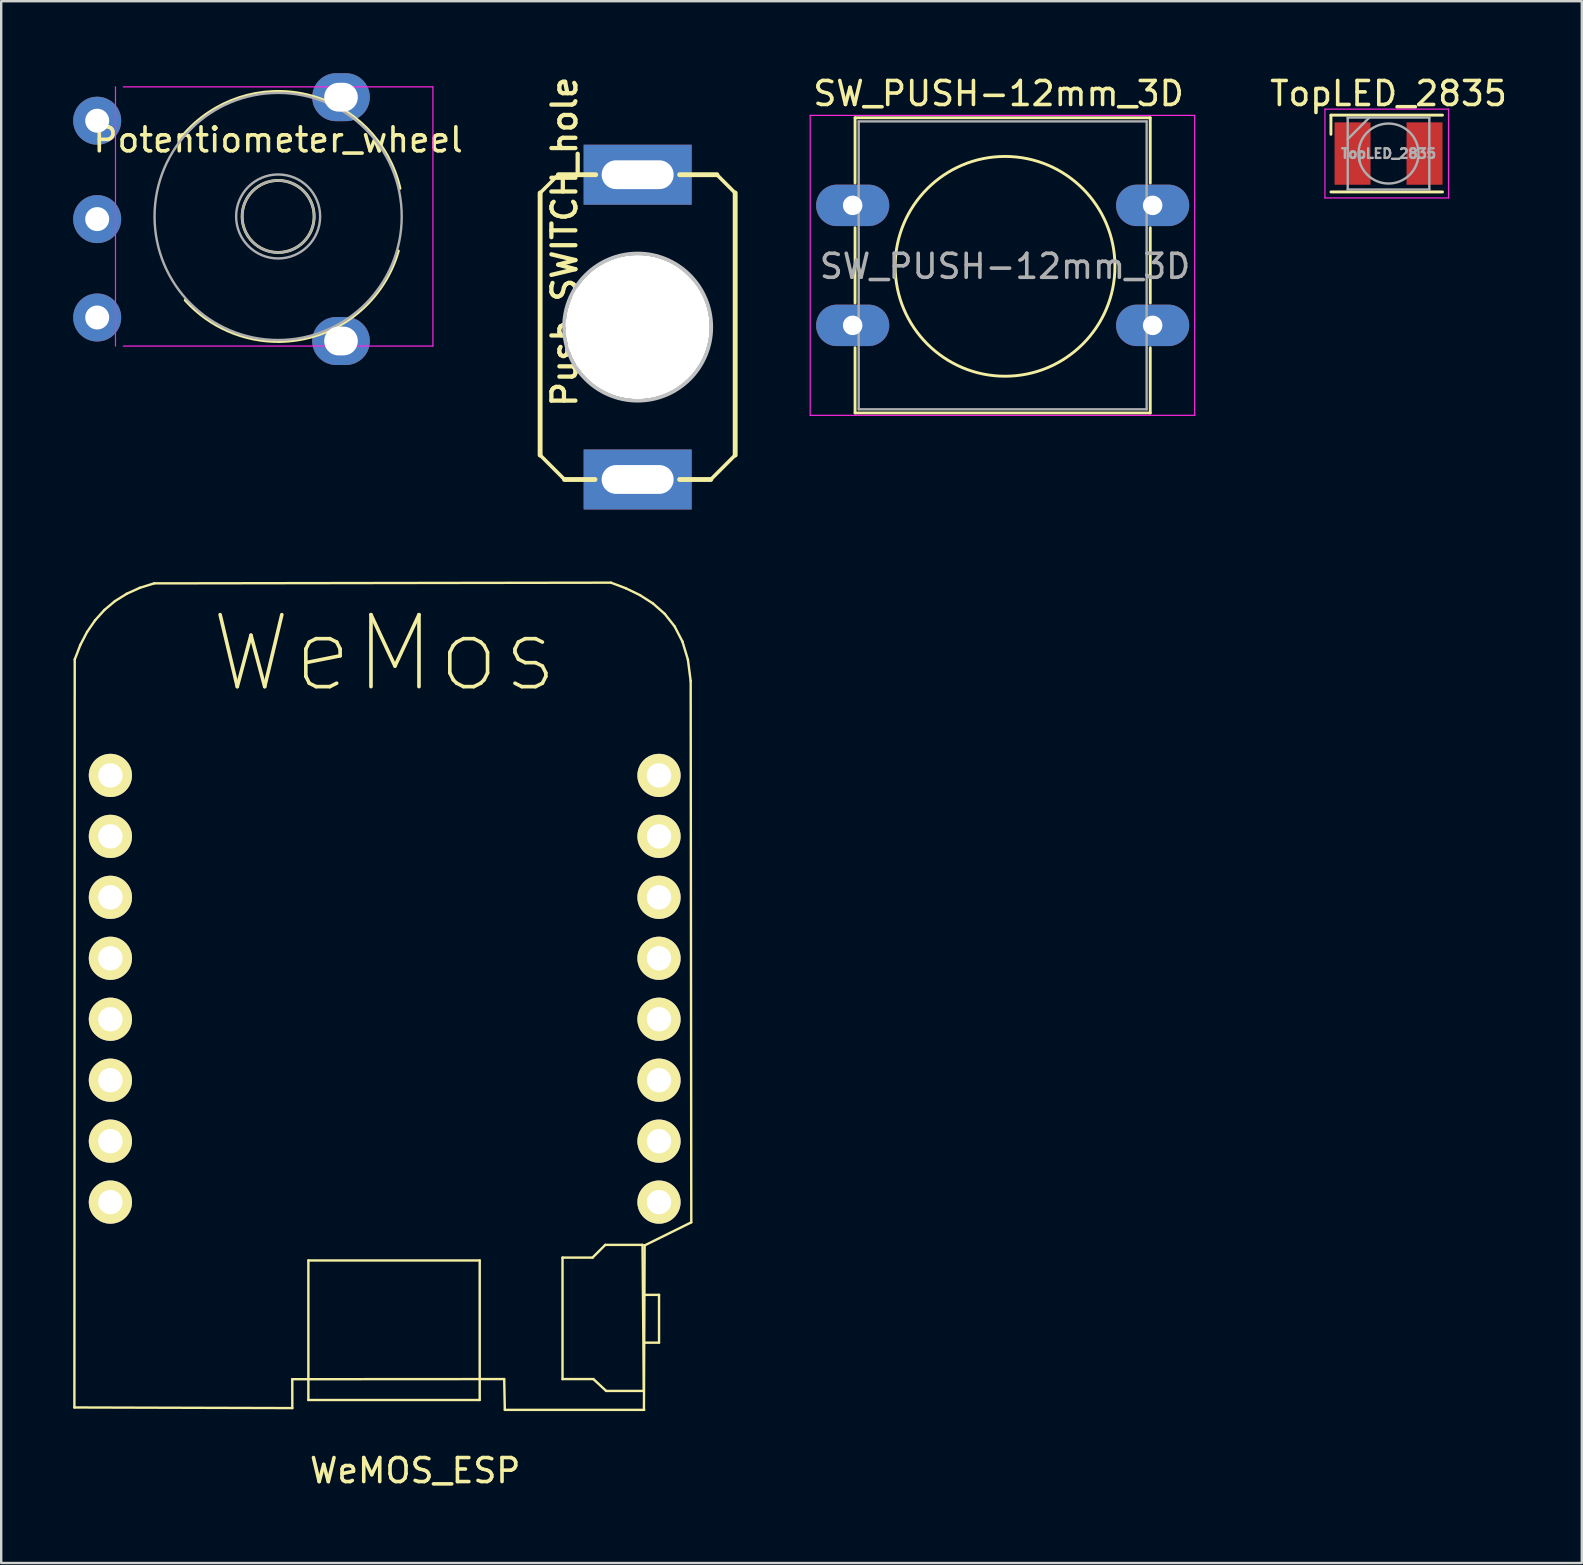
<source format=kicad_pcb>
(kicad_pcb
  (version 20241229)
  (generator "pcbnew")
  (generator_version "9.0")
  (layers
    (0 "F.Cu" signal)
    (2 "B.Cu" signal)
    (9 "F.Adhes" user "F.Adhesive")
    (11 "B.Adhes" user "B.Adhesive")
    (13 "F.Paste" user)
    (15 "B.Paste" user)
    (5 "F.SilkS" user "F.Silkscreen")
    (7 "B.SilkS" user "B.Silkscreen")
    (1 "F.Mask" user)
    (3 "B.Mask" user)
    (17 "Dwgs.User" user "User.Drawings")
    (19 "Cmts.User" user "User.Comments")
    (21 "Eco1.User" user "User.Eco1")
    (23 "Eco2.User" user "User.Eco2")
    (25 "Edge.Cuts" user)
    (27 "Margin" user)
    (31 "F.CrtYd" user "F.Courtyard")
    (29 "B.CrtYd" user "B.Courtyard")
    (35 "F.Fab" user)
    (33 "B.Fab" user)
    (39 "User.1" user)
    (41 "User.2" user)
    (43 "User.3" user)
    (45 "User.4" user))
  (footprint "Potentiometer_wheel"
    (layer "F.Cu")
    (at 8.62 6.08)
    (property "Reference" "Potentiometer_wheel" (at -0.08 -3.302 0) (layer "F.SilkS") (effects (font (size 1 1) (thickness 0.15))))
    (attr through_hole)
    (fp_arc (start -4.070617 -3.459947) (mid 1.137378 -5.176079) (end 4.997 -1.281) (stroke (width 0.12) (type solid)) (layer "F.SilkS"))
    (fp_arc (start 0.010657 5.099257) (mid -2.157749 4.667817) (end -3.952 3.376) (stroke (width 0.12) (type solid)) (layer "F.SilkS"))
    (fp_arc (start 4.928173 1.326071) (mid 3.055456 4.050891) (end -0.08 5.1) (stroke (width 0.12) (type solid)) (layer "F.SilkS"))
    (fp_circle (center -0.08 -0.11) (end 1.42 -0.11) (stroke (width 0.12) (type solid)) (fill no) (layer "F.SilkS"))
    (fp_line (start -6.858 -5.51) (end -6.858 5.29) (stroke (width 0.05) (type solid)) (layer "F.CrtYd"))
    (fp_line (start -6.53 5.29) (end 6.37 5.29) (stroke (width 0.05) (type solid)) (layer "F.CrtYd"))
    (fp_line (start 6.37 -5.51) (end -6.53 -5.51) (stroke (width 0.05) (type solid)) (layer "F.CrtYd"))
    (fp_line (start 6.37 5.29) (end 6.37 -5.51) (stroke (width 0.05) (type solid)) (layer "F.CrtYd"))
    (fp_circle (center -0.08 -0.11) (end 1.42 -0.11) (stroke (width 0.1) (type solid)) (fill no) (layer "F.Fab"))
    (fp_circle (center -0.08 -0.11) (end 1.67 -0.11) (stroke (width 0.1) (type solid)) (fill no) (layer "F.Fab"))
    (fp_circle (center -0.08 -0.11) (end 5.07 -0.11) (stroke (width 0.1) (type solid)) (fill no) (layer "F.Fab"))
    (pad "" thru_hole oval (at 2.54 -5.08) (size 2.4 2) (drill oval 1.4 1.2) (layers "*.Cu" "*.Mask"))
    (pad "" thru_hole oval (at 2.54 5.08) (size 2.4 2) (drill oval 1.4 1.2) (layers "*.Cu" "*.Mask"))
    (pad "1" thru_hole circle (at -7.62 -4.1) (size 2 2) (drill 1) (layers "*.Cu" "*.Mask"))
    (pad "2" thru_hole circle (at -7.62 0) (size 2 2) (drill 1) (layers "*.Cu" "*.Mask"))
    (pad "3" thru_hole circle (at -7.62 4.1) (size 2 2) (drill 1) (layers "*.Cu" "*.Mask")))
  (footprint "TopLED_2835"
    (layer "F.Cu")
    (at 54.81 3.348)
    (property "Reference" "TopLED_2835" (at 0 -2.5 0) (layer "F.SilkS") (effects (font (size 1 1) (thickness 0.15))))
    (attr smd)
    (fp_line (start -2.4 -1.6) (end -2.4 -0.8) (stroke (width 0.12) (type solid)) (layer "F.SilkS"))
    (fp_line (start 2.25 -1.6) (end -2.4 -1.6) (stroke (width 0.12) (type solid)) (layer "F.SilkS"))
    (fp_line (start 2.25 1.6) (end -2.4 1.6) (stroke (width 0.12) (type solid)) (layer "F.SilkS"))
    (fp_line (start -2.65 -1.85) (end 2.5 -1.85) (stroke (width 0.05) (type solid)) (layer "F.CrtYd"))
    (fp_line (start -2.65 1.85) (end -2.65 -1.85) (stroke (width 0.05) (type solid)) (layer "F.CrtYd"))
    (fp_line (start 2.5 -1.85) (end 2.5 1.85) (stroke (width 0.05) (type solid)) (layer "F.CrtYd"))
    (fp_line (start 2.5 1.85) (end -2.65 1.85) (stroke (width 0.05) (type solid)) (layer "F.CrtYd"))
    (fp_line (start -1.7 -1.5) (end -1.7 1.5) (stroke (width 0.1) (type solid)) (layer "F.Fab"))
    (fp_line (start -1.7 -0.6) (end -0.8 -1.5) (stroke (width 0.1) (type solid)) (layer "F.Fab"))
    (fp_line (start -1.7 1.5) (end 1.7 1.5) (stroke (width 0.1) (type solid)) (layer "F.Fab"))
    (fp_line (start 1.7 -1.5) (end -1.7 -1.5) (stroke (width 0.1) (type solid)) (layer "F.Fab"))
    (fp_line (start 1.7 1.5) (end 1.7 -1.5) (stroke (width 0.1) (type solid)) (layer "F.Fab"))
    (fp_circle (center 0 0) (end 0 -1.25) (stroke (width 0.1) (type solid)) (fill no) (layer "F.Fab"))
    (fp_text user "${REFERENCE}" (at 0 0 0) (layer "F.Fab") (effects (font (size 0.4 0.4) (thickness 0.1))))
    (pad "1" smd rect (at -1.5 0) (size 1.5 2.6) (layers "F.Cu" "F.Mask" "F.Paste"))
    (pad "2" smd rect (at 1.5 0) (size 1.5 2.6) (layers "F.Cu" "F.Mask" "F.Paste")))
  (footprint "WeMOS_ESP"
    (layer "F.Cu")
    (at 12.98 39.422)
    (property "Reference" "WeMOS_ESP" (at 1.27 18.81 0) (layer "F.SilkS") (effects (font (size 1 1) (thickness 0.15))))
    (attr through_hole)
    (fp_line (start -12.93 16.177) (end -12.916 -14.993) (stroke (width 0.1) (type solid)) (layer "F.SilkS"))
    (fp_line (start -12.916 -14.993) (end -12.683 -15.596) (stroke (width 0.1) (type solid)) (layer "F.SilkS"))
    (fp_line (start -12.683 -15.596) (end -12.4 -16.141) (stroke (width 0.1) (type solid)) (layer "F.SilkS"))
    (fp_line (start -12.4 -16.141) (end -12.065 -16.628) (stroke (width 0.1) (type solid)) (layer "F.SilkS"))
    (fp_line (start -12.065 -16.628) (end -11.679 -17.055) (stroke (width 0.1) (type solid)) (layer "F.SilkS"))
    (fp_line (start -11.679 -17.055) (end -11.241 -17.423) (stroke (width 0.1) (type solid)) (layer "F.SilkS"))
    (fp_line (start -11.241 -17.423) (end -10.749 -17.73) (stroke (width 0.1) (type solid)) (layer "F.SilkS"))
    (fp_line (start -10.749 -17.73) (end -10.205 -17.977) (stroke (width 0.1) (type solid)) (layer "F.SilkS"))
    (fp_line (start -10.205 -17.977) (end -9.607 -18.163) (stroke (width 0.1) (type solid)) (layer "F.SilkS"))
    (fp_line (start -9.607 -18.163) (end 9.43 -18.192) (stroke (width 0.1) (type solid)) (layer "F.SilkS"))
    (fp_line (start -3.851 15) (end -3.849 16.203) (stroke (width 0.1) (type solid)) (layer "F.SilkS"))
    (fp_line (start -3.849 16.203) (end -12.93 16.177) (stroke (width 0.1) (type solid)) (layer "F.SilkS"))
    (fp_line (start -3.18 10.051) (end 3.96 10.051) (stroke (width 0.1) (type solid)) (layer "F.SilkS"))
    (fp_line (start -3.18 15.865) (end -3.18 10.051) (stroke (width 0.1) (type solid)) (layer "F.SilkS"))
    (fp_line (start 3.96 10.051) (end 3.96 15.865) (stroke (width 0.1) (type solid)) (layer "F.SilkS"))
    (fp_line (start 3.96 15.865) (end -3.18 15.865) (stroke (width 0.1) (type solid)) (layer "F.SilkS"))
    (fp_line (start 4.98 14.994) (end -3.851 15) (stroke (width 0.1) (type solid)) (layer "F.SilkS"))
    (fp_line (start 5.006 16.277) (end 4.98 14.994) (stroke (width 0.1) (type solid)) (layer "F.SilkS"))
    (fp_line (start 7.41 9.932) (end 7.41 14.994) (stroke (width 0.1) (type solid)) (layer "F.SilkS"))
    (fp_line (start 7.41 14.994) (end 8.697 14.994) (stroke (width 0.1) (type solid)) (layer "F.SilkS"))
    (fp_line (start 8.662 9.932) (end 7.41 9.932) (stroke (width 0.1) (type solid)) (layer "F.SilkS"))
    (fp_line (start 8.697 14.994) (end 9.227 15.488) (stroke (width 0.1) (type solid)) (layer "F.SilkS"))
    (fp_line (start 9.191 9.402) (end 8.662 9.932) (stroke (width 0.1) (type solid)) (layer "F.SilkS"))
    (fp_line (start 9.227 15.488) (end 10.797 15.488) (stroke (width 0.1) (type solid)) (layer "F.SilkS"))
    (fp_line (start 9.43 -18.192) (end 10.05 -17.958) (stroke (width 0.1) (type solid)) (layer "F.SilkS"))
    (fp_line (start 10.05 -17.958) (end 10.638 -17.673) (stroke (width 0.1) (type solid)) (layer "F.SilkS"))
    (fp_line (start 10.638 -17.673) (end 11.181 -17.324) (stroke (width 0.1) (type solid)) (layer "F.SilkS"))
    (fp_line (start 10.744 9.402) (end 9.191 9.402) (stroke (width 0.1) (type solid)) (layer "F.SilkS"))
    (fp_line (start 10.779 11.484) (end 11.432 11.484) (stroke (width 0.1) (type solid)) (layer "F.SilkS"))
    (fp_line (start 10.797 15.488) (end 10.744 9.402) (stroke (width 0.1) (type solid)) (layer "F.SilkS"))
    (fp_line (start 10.817 16.277) (end 5.006 16.277) (stroke (width 0.1) (type solid)) (layer "F.SilkS"))
    (fp_line (start 10.832 9.424) (end 10.803 16.233) (stroke (width 0.1) (type solid)) (layer "F.SilkS"))
    (fp_line (start 11.181 -17.324) (end 11.667 -16.895) (stroke (width 0.1) (type solid)) (layer "F.SilkS"))
    (fp_line (start 11.432 11.484) (end 11.432 13.477) (stroke (width 0.1) (type solid)) (layer "F.SilkS"))
    (fp_line (start 11.432 13.477) (end 10.814 13.477) (stroke (width 0.1) (type solid)) (layer "F.SilkS"))
    (fp_line (start 11.667 -16.895) (end 12.08 -16.371) (stroke (width 0.1) (type solid)) (layer "F.SilkS"))
    (fp_line (start 12.08 -16.371) (end 12.407 -15.74) (stroke (width 0.1) (type solid)) (layer "F.SilkS"))
    (fp_line (start 12.407 -15.74) (end 12.635 -14.985) (stroke (width 0.1) (type solid)) (layer "F.SilkS"))
    (fp_line (start 12.635 -14.985) (end 12.751 -14.092) (stroke (width 0.1) (type solid)) (layer "F.SilkS"))
    (fp_line (start 12.751 -14.092) (end 12.776 8.463) (stroke (width 0.1) (type solid)) (layer "F.SilkS"))
    (fp_line (start 12.776 8.463) (end 10.832 9.424) (stroke (width 0.1) (type solid)) (layer "F.SilkS"))
    (fp_text user "WeMos" (at 0 -15.24 0) (layer "F.SilkS") (effects (font (size 3 3) (thickness 0.15))))
    (pad "1" thru_hole circle (at -11.43 7.62) (size 1.8 1.8) (drill 1.016) (layers "*.Cu" "*.Mask" "F.SilkS"))
    (pad "2" thru_hole circle (at -11.43 5.08) (size 1.8 1.8) (drill 1.016) (layers "*.Cu" "*.Mask" "F.SilkS"))
    (pad "3" thru_hole circle (at -11.43 2.54) (size 1.8 1.8) (drill 1.016) (layers "*.Cu" "*.Mask" "F.SilkS"))
    (pad "4" thru_hole circle (at -11.43 0) (size 1.8 1.8) (drill 1.016) (layers "*.Cu" "*.Mask" "F.SilkS"))
    (pad "5" thru_hole circle (at -11.43 -2.54) (size 1.8 1.8) (drill 1.016) (layers "*.Cu" "*.Mask" "F.SilkS"))
    (pad "6" thru_hole circle (at -11.43 -5.08) (size 1.8 1.8) (drill 1.016) (layers "*.Cu" "*.Mask" "F.SilkS"))
    (pad "7" thru_hole circle (at -11.43 -7.62) (size 1.8 1.8) (drill 1.016) (layers "*.Cu" "*.Mask" "F.SilkS"))
    (pad "8" thru_hole circle (at -11.43 -10.16) (size 1.8 1.8) (drill 1.016) (layers "*.Cu" "*.Mask" "F.SilkS"))
    (pad "9" thru_hole circle (at 11.43 -10.16) (size 1.8 1.8) (drill 1.016) (layers "*.Cu" "*.Mask" "F.SilkS"))
    (pad "10" thru_hole circle (at 11.43 -7.62) (size 1.8 1.8) (drill 1.016) (layers "*.Cu" "*.Mask" "F.SilkS"))
    (pad "11" thru_hole circle (at 11.43 -5.08) (size 1.8 1.8) (drill 1.016) (layers "*.Cu" "*.Mask" "F.SilkS"))
    (pad "12" thru_hole circle (at 11.43 -2.54) (size 1.8 1.8) (drill 1.016) (layers "*.Cu" "*.Mask" "F.SilkS"))
    (pad "13" thru_hole circle (at 11.43 0) (size 1.8 1.8) (drill 1.016) (layers "*.Cu" "*.Mask" "F.SilkS"))
    (pad "14" thru_hole circle (at 11.43 2.54) (size 1.8 1.8) (drill 1.016) (layers "*.Cu" "*.Mask" "F.SilkS"))
    (pad "15" thru_hole circle (at 11.43 5.08) (size 1.8 1.8) (drill 1.016) (layers "*.Cu" "*.Mask" "F.SilkS"))
    (pad "16" thru_hole circle (at 11.43 7.62) (size 1.8 1.8) (drill 1.016) (layers "*.Cu" "*.Mask" "F.SilkS")))
  (footprint "Push_SWITCH_hole"
    (layer "F.Cu")
    (at 23.521 10.58)
    (property "Reference" "Push_SWITCH_hole" (at -3.048 -3.556 270) (layer "F.SilkS") (effects (font (size 1 1) (thickness 0.178))))
    (attr exclude_from_pos_files exclude_from_bom)
    (fp_line (start -4.064 -5.588) (end -4.064 5.334) (stroke (width 0.203) (type solid)) (layer "F.SilkS"))
    (fp_line (start -4.064 5.334) (end -3.048 6.35) (stroke (width 0.15) (type solid)) (layer "F.SilkS"))
    (fp_line (start -3.302 -6.35) (end -4.064 -5.588) (stroke (width 0.15) (type solid)) (layer "F.SilkS"))
    (fp_line (start -1.778 6.35) (end -3.048 6.35) (stroke (width 0.203) (type solid)) (layer "F.SilkS"))
    (fp_line (start -1.748 -6.35) (end -3.302 -6.35) (stroke (width 0.203) (type solid)) (layer "F.SilkS"))
    (fp_line (start 3.048 6.35) (end 1.748 6.35) (stroke (width 0.203) (type solid)) (layer "F.SilkS"))
    (fp_line (start 3.302 -6.35) (end 1.748 -6.35) (stroke (width 0.203) (type solid)) (layer "F.SilkS"))
    (fp_line (start 3.302 -6.35) (end 4.064 -5.588) (stroke (width 0.15) (type solid)) (layer "F.SilkS"))
    (fp_line (start 4.064 5.334) (end 3.048 6.35) (stroke (width 0.15) (type solid)) (layer "F.SilkS"))
    (fp_line (start 4.064 5.334) (end 4.064 -5.588) (stroke (width 0.203) (type solid)) (layer "F.SilkS"))
    (fp_circle (center 0 0) (end -1.27 2.794) (stroke (width 0.15) (type solid)) (fill no) (layer "Dwgs.User"))
    (fp_circle (center 0 0) (end -1.524 1.778) (stroke (width 0.15) (type solid)) (fill no) (layer "Eco2.User"))
    (pad "" np_thru_hole circle (at 0 0) (size 6 6) (drill 6) (layers "*.Cu" "*.Mask"))
    (pad "1" thru_hole rect (at 0 -6.35) (size 4.5 2.5) (drill oval 3 1.2) (layers "*.Cu" "*.Mask"))
    (pad "2" thru_hole rect (at 0 6.35) (size 4.5 2.5) (drill oval 3 1.2) (layers "*.Cu" "*.Mask")))
  (footprint "SW_PUSH-12mm_3D"
    (layer "F.Cu")
    (at 38.844 8.048)
    (property "Reference" "SW_PUSH-12mm_3D" (at -0.283 -7.2 0) (layer "F.SilkS") (effects (font (size 1 1) (thickness 0.15))))
    (attr through_hole)
    (fp_line (start -6.263 -6.19) (end 6.037 -6.19) (stroke (width 0.12) (type solid)) (layer "F.SilkS"))
    (fp_line (start -6.263 -3.47) (end -6.263 -6.19) (stroke (width 0.12) (type solid)) (layer "F.SilkS"))
    (fp_line (start -6.263 1.53) (end -6.263 -1.61) (stroke (width 0.12) (type solid)) (layer "F.SilkS"))
    (fp_line (start -6.263 6.11) (end -6.263 3.39) (stroke (width 0.12) (type solid)) (layer "F.SilkS"))
    (fp_line (start 6.037 -6.19) (end 6.037 -3.47) (stroke (width 0.12) (type solid)) (layer "F.SilkS"))
    (fp_line (start 6.037 -1.61) (end 6.037 1.53) (stroke (width 0.12) (type solid)) (layer "F.SilkS"))
    (fp_line (start 6.037 3.39) (end 6.037 6.11) (stroke (width 0.12) (type solid)) (layer "F.SilkS"))
    (fp_line (start 6.037 6.11) (end -6.263 6.11) (stroke (width 0.12) (type solid)) (layer "F.SilkS"))
    (fp_circle (center -0.013 0) (end 3.797 2.54) (stroke (width 0.12) (type solid)) (fill no) (layer "F.SilkS"))
    (fp_line (start -8.133 -6.29) (end -8.133 6.21) (stroke (width 0.05) (type solid)) (layer "F.CrtYd"))
    (fp_line (start -8.133 -6.29) (end 7.887 -6.29) (stroke (width 0.05) (type solid)) (layer "F.CrtYd"))
    (fp_line (start 7.887 6.21) (end -8.133 6.21) (stroke (width 0.05) (type solid)) (layer "F.CrtYd"))
    (fp_line (start 7.887 6.21) (end 7.887 -6.29) (stroke (width 0.05) (type solid)) (layer "F.CrtYd"))
    (fp_line (start -6.113 -6.04) (end -6.113 5.96) (stroke (width 0.1) (type solid)) (layer "F.Fab"))
    (fp_line (start -6.113 -6.04) (end 5.887 -6.04) (stroke (width 0.1) (type solid)) (layer "F.Fab"))
    (fp_line (start -6.113 5.96) (end 5.887 5.96) (stroke (width 0.1) (type solid)) (layer "F.Fab"))
    (fp_line (start 5.887 -6.04) (end 5.887 5.96) (stroke (width 0.1) (type solid)) (layer "F.Fab"))
    (fp_text user "${REFERENCE}" (at -0.013 0 0) (layer "F.Fab") (effects (font (size 1 1) (thickness 0.15))))
    (pad "1" thru_hole oval (at -6.363 -2.54) (size 3.048 1.727) (drill 0.813) (layers "*.Cu" "*.Mask"))
    (pad "1" thru_hole oval (at 6.137 -2.54) (size 3.048 1.727) (drill 0.813) (layers "*.Cu" "*.Mask"))
    (pad "2" thru_hole oval (at -6.363 2.46) (size 3.048 1.727) (drill 0.813) (layers "*.Cu" "*.Mask"))
    (pad "2" thru_hole oval (at 6.137 2.46) (size 3.048 1.727) (drill 0.813) (layers "*.Cu" "*.Mask")))
  (gr_rect
    (start -3 -3)
    (end 62.864 62.08)
    (stroke (width 0.1) (type default))
    (fill no)
    (layer "Edge.Cuts")))
</source>
